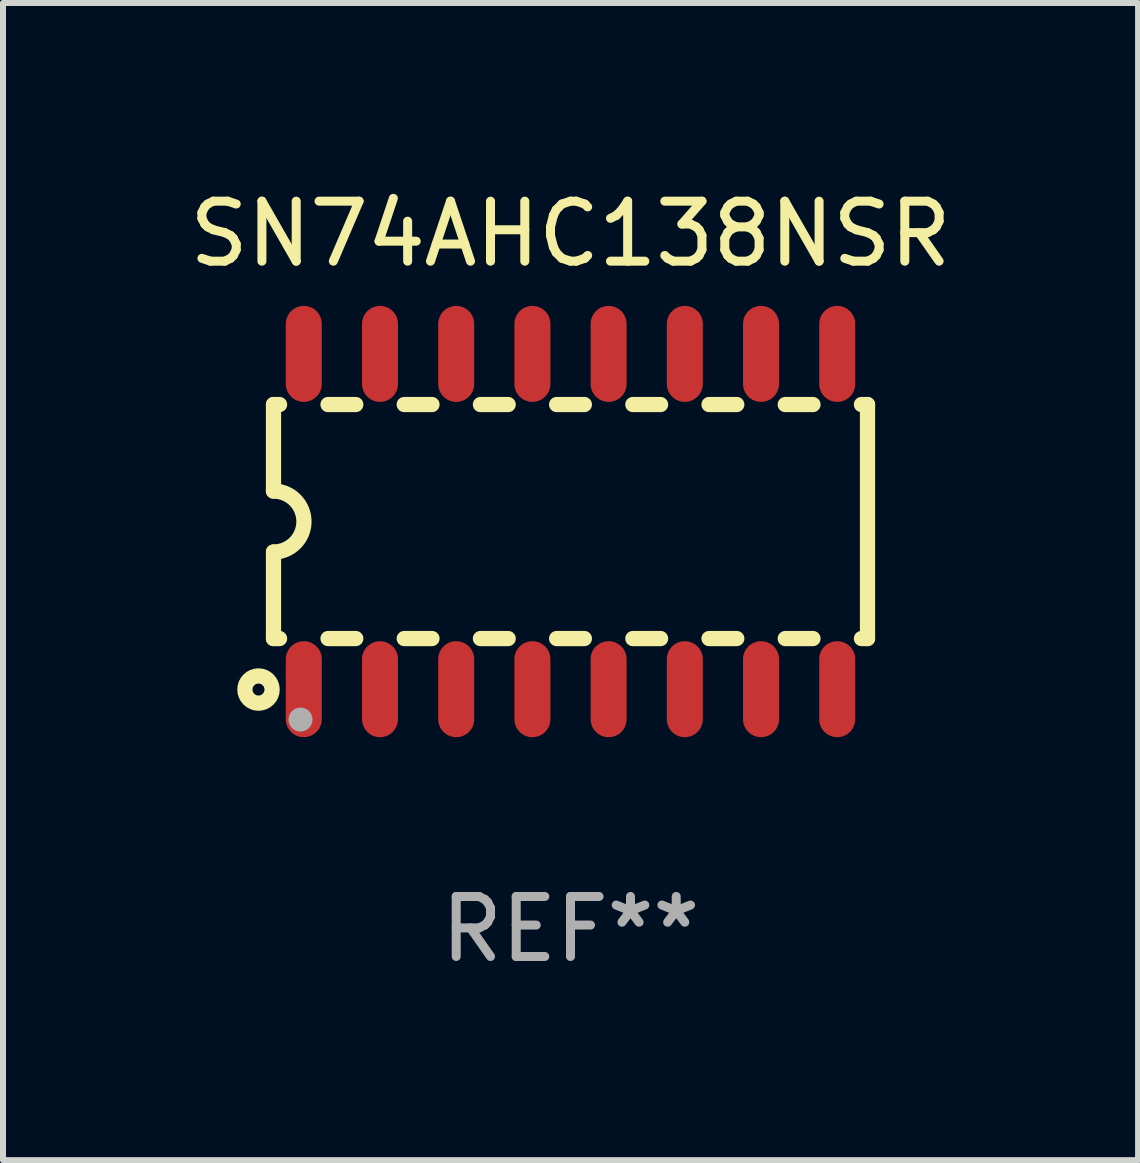
<source format=kicad_pcb>
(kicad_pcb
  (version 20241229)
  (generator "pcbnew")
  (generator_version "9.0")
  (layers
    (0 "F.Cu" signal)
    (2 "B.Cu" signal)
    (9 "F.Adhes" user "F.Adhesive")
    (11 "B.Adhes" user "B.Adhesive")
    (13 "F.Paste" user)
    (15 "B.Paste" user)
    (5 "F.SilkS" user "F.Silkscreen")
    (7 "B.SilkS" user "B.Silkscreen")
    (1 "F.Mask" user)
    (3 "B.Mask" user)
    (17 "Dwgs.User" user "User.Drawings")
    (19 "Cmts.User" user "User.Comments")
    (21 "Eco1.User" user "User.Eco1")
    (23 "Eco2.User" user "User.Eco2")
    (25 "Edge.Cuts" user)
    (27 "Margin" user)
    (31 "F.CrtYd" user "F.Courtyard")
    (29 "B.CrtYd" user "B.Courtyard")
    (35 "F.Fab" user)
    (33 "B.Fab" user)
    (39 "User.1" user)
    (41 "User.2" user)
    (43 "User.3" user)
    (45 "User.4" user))
  (footprint "SN74AHC138NSR"
    (layer "F.Cu")
    (at 6.458 5.642)
    (property "Reference" "SN74AHC138NSR" (at 0 -4.794 0) (layer "F.SilkS") (effects (font (size 1 1) (thickness 0.15))))
    (attr through_hole)
    (fp_line (start -4.95 -1.95) (end -4.95 -0.508) (stroke (width 0.254) (type solid)) (layer "F.SilkS"))
    (fp_line (start -4.95 -1.95) (end -4.849 -1.95) (stroke (width 0.254) (type solid)) (layer "F.SilkS"))
    (fp_line (start -4.95 1.95) (end -4.95 0.508) (stroke (width 0.254) (type solid)) (layer "F.SilkS"))
    (fp_line (start -4.95 1.95) (end -4.849 1.95) (stroke (width 0.254) (type solid)) (layer "F.SilkS"))
    (fp_line (start -4.041 -1.95) (end -3.579 -1.95) (stroke (width 0.254) (type solid)) (layer "F.SilkS"))
    (fp_line (start -4.041 1.95) (end -3.579 1.95) (stroke (width 0.254) (type solid)) (layer "F.SilkS"))
    (fp_line (start -2.771 -1.95) (end -2.309 -1.95) (stroke (width 0.254) (type solid)) (layer "F.SilkS"))
    (fp_line (start -2.771 1.95) (end -2.309 1.95) (stroke (width 0.254) (type solid)) (layer "F.SilkS"))
    (fp_line (start -1.501 -1.95) (end -1.039 -1.95) (stroke (width 0.254) (type solid)) (layer "F.SilkS"))
    (fp_line (start -1.501 1.95) (end -1.039 1.95) (stroke (width 0.254) (type solid)) (layer "F.SilkS"))
    (fp_line (start -0.231 -1.95) (end 0.231 -1.95) (stroke (width 0.254) (type solid)) (layer "F.SilkS"))
    (fp_line (start -0.231 1.95) (end 0.231 1.95) (stroke (width 0.254) (type solid)) (layer "F.SilkS"))
    (fp_line (start 1.039 -1.95) (end 1.501 -1.95) (stroke (width 0.254) (type solid)) (layer "F.SilkS"))
    (fp_line (start 1.039 1.95) (end 1.501 1.95) (stroke (width 0.254) (type solid)) (layer "F.SilkS"))
    (fp_line (start 2.309 -1.95) (end 2.771 -1.95) (stroke (width 0.254) (type solid)) (layer "F.SilkS"))
    (fp_line (start 2.309 1.95) (end 2.771 1.95) (stroke (width 0.254) (type solid)) (layer "F.SilkS"))
    (fp_line (start 3.579 -1.95) (end 4.041 -1.95) (stroke (width 0.254) (type solid)) (layer "F.SilkS"))
    (fp_line (start 3.579 1.95) (end 4.041 1.95) (stroke (width 0.254) (type solid)) (layer "F.SilkS"))
    (fp_line (start 4.849 -1.95) (end 4.95 -1.95) (stroke (width 0.254) (type solid)) (layer "F.SilkS"))
    (fp_line (start 4.849 1.95) (end 4.95 1.95) (stroke (width 0.254) (type solid)) (layer "F.SilkS"))
    (fp_line (start 4.95 -1.95) (end 4.95 1.95) (stroke (width 0.254) (type solid)) (layer "F.SilkS"))
    (fp_arc (start -4.95047 -0.508001) (mid -4.442469 -0.000228) (end -4.950013 0.508001) (stroke (width 0.254001) (type solid)) (layer "F.SilkS"))
    (fp_circle (center -5.2 2.8) (end -5.1 2.8) (stroke (width 0.254) (type solid)) (fill no) (layer "F.SilkS"))
    (fp_circle (center -4.95 2.947) (end -4.92 2.947) (stroke (width 0.06) (type solid)) (fill no) (layer "F.SilkS"))
    (fp_circle (center -4.5 3.3) (end -4.4 3.3) (stroke (width 0.2) (type solid)) (fill no) (layer "F.Fab"))
    (fp_text user "REF**" (at 0 6.794 0) (layer "F.Fab") (effects (font (size 1 1) (thickness 0.15))))
    (pad "1" smd oval (at -4.445 2.794) (size 0.6 1.6) (layers "F.Cu" "F.Mask" "F.Paste"))
    (pad "2" smd oval (at -3.175 2.794) (size 0.6 1.6) (layers "F.Cu" "F.Mask" "F.Paste"))
    (pad "3" smd oval (at -1.905 2.794) (size 0.6 1.6) (layers "F.Cu" "F.Mask" "F.Paste"))
    (pad "4" smd oval (at -0.635 2.794) (size 0.6 1.6) (layers "F.Cu" "F.Mask" "F.Paste"))
    (pad "5" smd oval (at 0.635 2.794) (size 0.6 1.6) (layers "F.Cu" "F.Mask" "F.Paste"))
    (pad "6" smd oval (at 1.905 2.794) (size 0.6 1.6) (layers "F.Cu" "F.Mask" "F.Paste"))
    (pad "7" smd oval (at 3.175 2.794) (size 0.6 1.6) (layers "F.Cu" "F.Mask" "F.Paste"))
    (pad "8" smd oval (at 4.445 2.794) (size 0.6 1.6) (layers "F.Cu" "F.Mask" "F.Paste"))
    (pad "9" smd oval (at 4.445 -2.794) (size 0.6 1.6) (layers "F.Cu" "F.Mask" "F.Paste"))
    (pad "10" smd oval (at 3.175 -2.794) (size 0.6 1.6) (layers "F.Cu" "F.Mask" "F.Paste"))
    (pad "11" smd oval (at 1.905 -2.794) (size 0.6 1.6) (layers "F.Cu" "F.Mask" "F.Paste"))
    (pad "12" smd oval (at 0.635 -2.794) (size 0.6 1.6) (layers "F.Cu" "F.Mask" "F.Paste"))
    (pad "13" smd oval (at -0.635 -2.794) (size 0.6 1.6) (layers "F.Cu" "F.Mask" "F.Paste"))
    (pad "14" smd oval (at -1.905 -2.794) (size 0.6 1.6) (layers "F.Cu" "F.Mask" "F.Paste"))
    (pad "15" smd oval (at -3.175 -2.794) (size 0.6 1.6) (layers "F.Cu" "F.Mask" "F.Paste"))
    (pad "16" smd oval (at -4.445 -2.794) (size 0.6 1.6) (layers "F.Cu" "F.Mask" "F.Paste")))
  (gr_rect
    (start -3 -3)
    (end 15.917 16.285)
    (stroke (width 0.1) (type default))
    (fill no)
    (layer "Edge.Cuts")))
</source>
